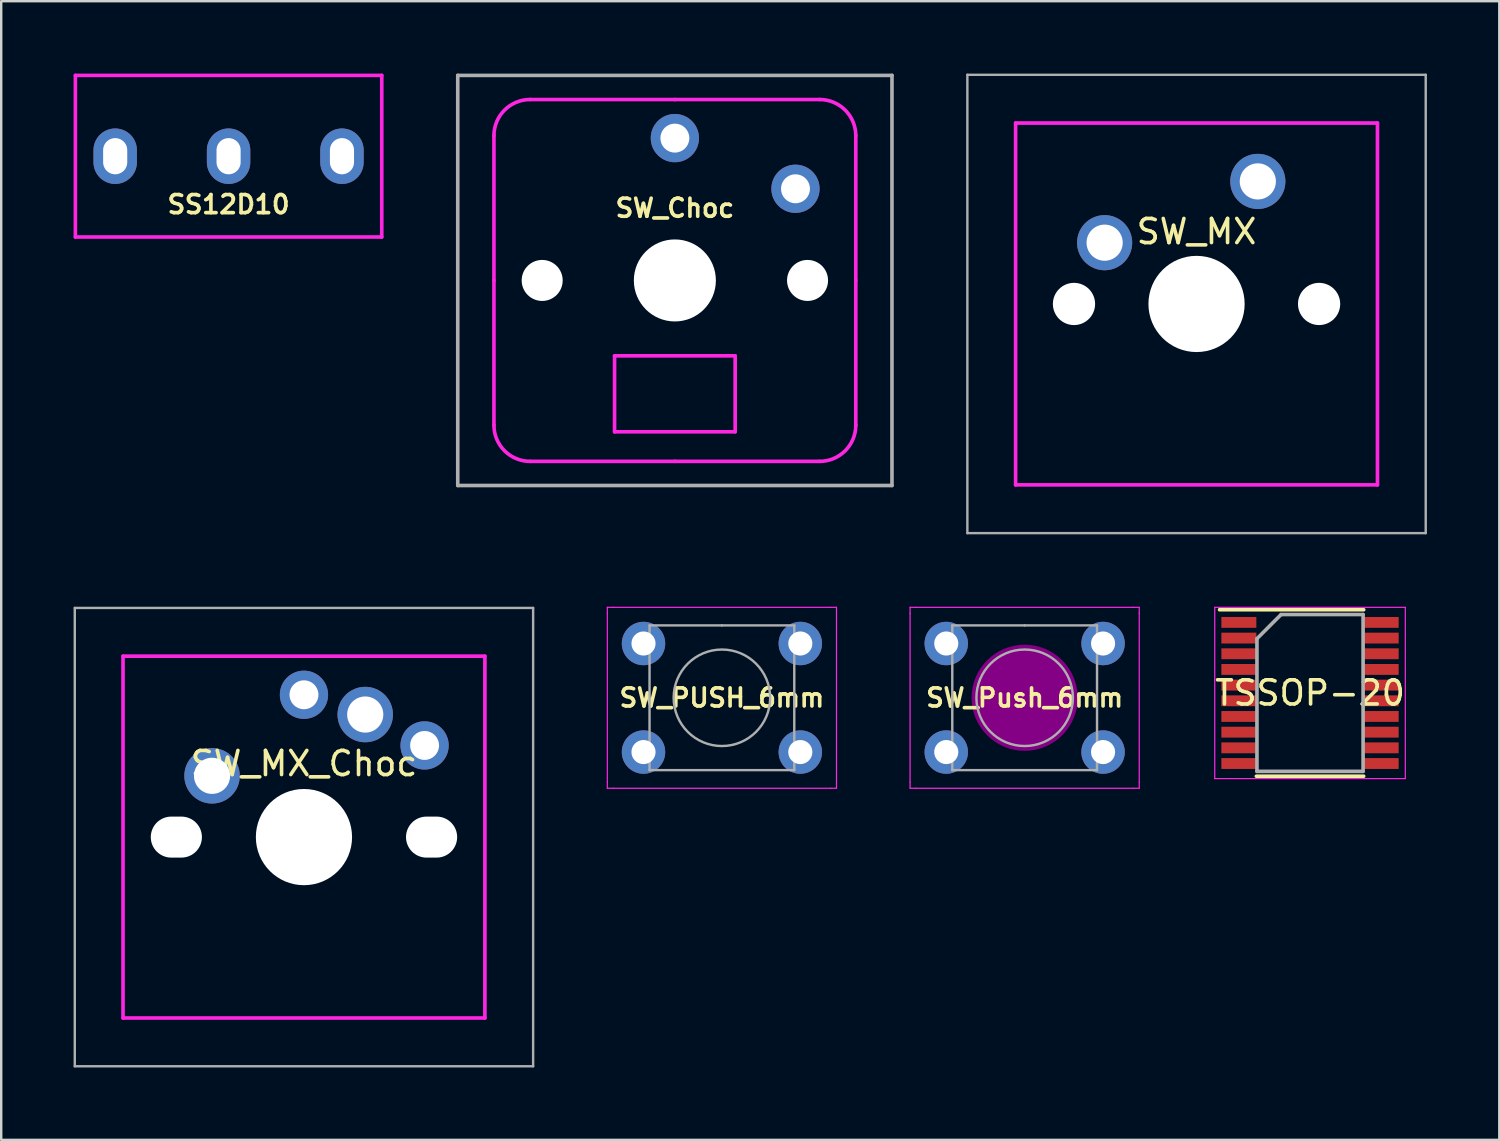
<source format=kicad_pcb>
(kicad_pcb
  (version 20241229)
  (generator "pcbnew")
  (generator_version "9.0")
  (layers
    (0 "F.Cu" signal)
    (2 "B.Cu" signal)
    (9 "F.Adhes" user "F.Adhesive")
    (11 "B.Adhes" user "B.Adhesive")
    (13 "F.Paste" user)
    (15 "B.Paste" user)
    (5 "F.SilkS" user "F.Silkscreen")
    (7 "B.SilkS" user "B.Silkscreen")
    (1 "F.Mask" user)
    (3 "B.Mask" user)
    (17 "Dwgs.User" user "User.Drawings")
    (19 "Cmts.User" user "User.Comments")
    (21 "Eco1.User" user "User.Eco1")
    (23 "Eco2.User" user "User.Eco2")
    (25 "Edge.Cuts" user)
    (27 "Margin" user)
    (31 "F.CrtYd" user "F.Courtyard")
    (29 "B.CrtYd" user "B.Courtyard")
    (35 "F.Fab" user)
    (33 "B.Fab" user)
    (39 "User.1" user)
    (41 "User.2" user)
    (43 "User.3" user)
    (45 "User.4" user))
  (footprint "SW_PUSH_6mm"
    (layer "F.Cu")
    (at 26.875 25.875)
    (property "Reference" "SW_PUSH_6mm" (at 0 0 0) (layer "F.SilkS") (effects (font (size 0.75 0.75) (thickness 0.15))))
    (attr through_hole)
    (fp_line (start -4.75 -3.75) (end -4.5 -3.75) (stroke (width 0.05) (type solid)) (layer "F.CrtYd"))
    (fp_line (start -4.75 -3.5) (end -4.75 -3.75) (stroke (width 0.05) (type solid)) (layer "F.CrtYd"))
    (fp_line (start -4.75 3.5) (end -4.75 -3.5) (stroke (width 0.05) (type solid)) (layer "F.CrtYd"))
    (fp_line (start -4.75 3.5) (end -4.75 3.75) (stroke (width 0.05) (type solid)) (layer "F.CrtYd"))
    (fp_line (start -4.75 3.75) (end -4.5 3.75) (stroke (width 0.05) (type solid)) (layer "F.CrtYd"))
    (fp_line (start -4.5 -3.75) (end 4.5 -3.75) (stroke (width 0.05) (type solid)) (layer "F.CrtYd"))
    (fp_line (start 4.5 -3.75) (end 4.75 -3.75) (stroke (width 0.05) (type solid)) (layer "F.CrtYd"))
    (fp_line (start 4.5 3.75) (end -4.5 3.75) (stroke (width 0.05) (type solid)) (layer "F.CrtYd"))
    (fp_line (start 4.5 3.75) (end 4.75 3.75) (stroke (width 0.05) (type solid)) (layer "F.CrtYd"))
    (fp_line (start 4.75 -3.75) (end 4.75 -3.5) (stroke (width 0.05) (type solid)) (layer "F.CrtYd"))
    (fp_line (start 4.75 -3.5) (end 4.75 3.5) (stroke (width 0.05) (type solid)) (layer "F.CrtYd"))
    (fp_line (start 4.75 3.75) (end 4.75 3.5) (stroke (width 0.05) (type solid)) (layer "F.CrtYd"))
    (fp_line (start -3 -3) (end 0 -3) (stroke (width 0.1) (type solid)) (layer "F.Fab"))
    (fp_line (start -3 3) (end -3 -3) (stroke (width 0.1) (type solid)) (layer "F.Fab"))
    (fp_line (start 0 -3) (end 3 -3) (stroke (width 0.1) (type solid)) (layer "F.Fab"))
    (fp_line (start 3 -3) (end 3 3) (stroke (width 0.1) (type solid)) (layer "F.Fab"))
    (fp_line (start 3 3) (end -3 3) (stroke (width 0.1) (type solid)) (layer "F.Fab"))
    (fp_circle (center 0 0) (end 2 0) (stroke (width 0.1) (type solid)) (fill no) (layer "F.Fab"))
    (pad "1" thru_hole circle (at -3.25 -2.25) (size 1.8 1.8) (drill 1) (layers "*.Cu" "*.Mask"))
    (pad "1" thru_hole circle (at 3.25 -2.25) (size 1.8 1.8) (drill 1) (layers "*.Cu" "*.Mask"))
    (pad "2" thru_hole circle (at -3.25 2.25) (size 1.8 1.8) (drill 1) (layers "*.Cu" "*.Mask"))
    (pad "2" thru_hole circle (at 3.25 2.25) (size 1.8 1.8) (drill 1) (layers "*.Cu" "*.Mask")))
  (footprint "SW_MX"
    (layer "F.Cu")
    (at 46.55 9.55)
    (property "Reference" "SW_MX" (at 0 -3 0) (layer "F.SilkS") (effects (font (size 1 1) (thickness 0.15))))
    (attr through_hole)
    (fp_line (start -7.5 -7.5) (end 7.5 -7.5) (stroke (width 0.15) (type solid)) (layer "F.CrtYd"))
    (fp_line (start -7.5 7.5) (end -7.5 -7.5) (stroke (width 0.15) (type solid)) (layer "F.CrtYd"))
    (fp_line (start 7.5 -7.5) (end 7.5 7.5) (stroke (width 0.15) (type solid)) (layer "F.CrtYd"))
    (fp_line (start 7.5 7.5) (end -7.5 7.5) (stroke (width 0.15) (type solid)) (layer "F.CrtYd"))
    (fp_line (start -9.5 -9.5) (end 9.5 -9.5) (stroke (width 0.1) (type solid)) (layer "F.Fab"))
    (fp_line (start -9.5 9.5) (end -9.5 -9.5) (stroke (width 0.1) (type solid)) (layer "F.Fab"))
    (fp_line (start -9.5 9.5) (end 9.5 9.5) (stroke (width 0.1) (type solid)) (layer "F.Fab"))
    (fp_line (start 9.5 9.5) (end 9.5 -9.5) (stroke (width 0.1) (type solid)) (layer "F.Fab"))
    (pad "" np_thru_hole circle (at -5.08 0) (size 1.75 1.75) (drill 1.75) (layers "*.Cu" "*.Mask"))
    (pad "" np_thru_hole circle (at 0 0) (size 3.988 3.988) (drill 3.988) (layers "*.Cu" "*.Mask"))
    (pad "" np_thru_hole circle (at 5.08 0) (size 1.75 1.75) (drill 1.75) (layers "*.Cu" "*.Mask"))
    (pad "1" thru_hole circle (at -3.81 -2.54) (size 2.286 2.286) (drill 1.499) (layers "*.Cu" "*.Mask"))
    (pad "2" thru_hole circle (at 2.54 -5.08) (size 2.286 2.286) (drill 1.499) (layers "*.Cu" "*.Mask")))
  (footprint "TSSOP-20"
    (layer "F.Cu")
    (at 51.254 25.675)
    (property "Reference" "TSSOP-20" (at 0 0 0) (layer "F.SilkS") (effects (font (size 1 1) (thickness 0.15))))
    (attr smd)
    (fp_line (start -3.75 -3.45) (end 2.225 -3.45) (stroke (width 0.15) (type solid)) (layer "F.SilkS"))
    (fp_line (start -2.225 3.45) (end 2.225 3.45) (stroke (width 0.15) (type solid)) (layer "F.SilkS"))
    (fp_line (start -3.95 -3.55) (end -3.95 3.55) (stroke (width 0.05) (type solid)) (layer "F.CrtYd"))
    (fp_line (start -3.95 -3.55) (end 3.95 -3.55) (stroke (width 0.05) (type solid)) (layer "F.CrtYd"))
    (fp_line (start -3.95 3.55) (end 3.95 3.55) (stroke (width 0.05) (type solid)) (layer "F.CrtYd"))
    (fp_line (start 3.95 -3.55) (end 3.95 3.55) (stroke (width 0.05) (type solid)) (layer "F.CrtYd"))
    (fp_line (start -2.2 -2.25) (end -1.2 -3.25) (stroke (width 0.15) (type solid)) (layer "F.Fab"))
    (fp_line (start -2.2 3.25) (end -2.2 -2.25) (stroke (width 0.15) (type solid)) (layer "F.Fab"))
    (fp_line (start -1.2 -3.25) (end 2.2 -3.25) (stroke (width 0.15) (type solid)) (layer "F.Fab"))
    (fp_line (start 2.2 -3.25) (end 2.2 3.25) (stroke (width 0.15) (type solid)) (layer "F.Fab"))
    (fp_line (start 2.2 3.25) (end -2.2 3.25) (stroke (width 0.15) (type solid)) (layer "F.Fab"))
    (pad "1" smd rect (at -2.95 -2.925) (size 1.45 0.45) (layers "F.Cu" "F.Mask" "F.Paste"))
    (pad "2" smd rect (at -2.95 -2.275) (size 1.45 0.45) (layers "F.Cu" "F.Mask" "F.Paste"))
    (pad "3" smd rect (at -2.95 -1.625) (size 1.45 0.45) (layers "F.Cu" "F.Mask" "F.Paste"))
    (pad "4" smd rect (at -2.95 -0.975) (size 1.45 0.45) (layers "F.Cu" "F.Mask" "F.Paste"))
    (pad "5" smd rect (at -2.95 -0.325) (size 1.45 0.45) (layers "F.Cu" "F.Mask" "F.Paste"))
    (pad "6" smd rect (at -2.95 0.325) (size 1.45 0.45) (layers "F.Cu" "F.Mask" "F.Paste"))
    (pad "7" smd rect (at -2.95 0.975) (size 1.45 0.45) (layers "F.Cu" "F.Mask" "F.Paste"))
    (pad "8" smd rect (at -2.95 1.625) (size 1.45 0.45) (layers "F.Cu" "F.Mask" "F.Paste"))
    (pad "9" smd rect (at -2.95 2.275) (size 1.45 0.45) (layers "F.Cu" "F.Mask" "F.Paste"))
    (pad "10" smd rect (at -2.95 2.925) (size 1.45 0.45) (layers "F.Cu" "F.Mask" "F.Paste"))
    (pad "11" smd rect (at 2.95 2.925) (size 1.45 0.45) (layers "F.Cu" "F.Mask" "F.Paste"))
    (pad "12" smd rect (at 2.95 2.275) (size 1.45 0.45) (layers "F.Cu" "F.Mask" "F.Paste"))
    (pad "13" smd rect (at 2.95 1.625) (size 1.45 0.45) (layers "F.Cu" "F.Mask" "F.Paste"))
    (pad "14" smd rect (at 2.95 0.975) (size 1.45 0.45) (layers "F.Cu" "F.Mask" "F.Paste"))
    (pad "15" smd rect (at 2.95 0.325) (size 1.45 0.45) (layers "F.Cu" "F.Mask" "F.Paste"))
    (pad "16" smd rect (at 2.95 -0.325) (size 1.45 0.45) (layers "F.Cu" "F.Mask" "F.Paste"))
    (pad "17" smd rect (at 2.95 -0.975) (size 1.45 0.45) (layers "F.Cu" "F.Mask" "F.Paste"))
    (pad "18" smd rect (at 2.95 -1.625) (size 1.45 0.45) (layers "F.Cu" "F.Mask" "F.Paste"))
    (pad "19" smd rect (at 2.95 -2.275) (size 1.45 0.45) (layers "F.Cu" "F.Mask" "F.Paste"))
    (pad "20" smd rect (at 2.95 -2.925) (size 1.45 0.45) (layers "F.Cu" "F.Mask" "F.Paste")))
  (footprint "SW_Choc"
    (layer "F.Cu")
    (at 24.925 8.575)
    (property "Reference" "SW_Choc" (at 0 -3 0) (layer "F.SilkS") (effects (font (size 0.75 0.75) (thickness 0.15))))
    (attr through_hole)
    (fp_line (start -0.5 4.7) (end 0 4.7) (stroke (width 0.15) (type solid)) (layer "Eco2.User"))
    (fp_line (start 0 4.2) (end 0 4.7) (stroke (width 0.15) (type solid)) (layer "Eco2.User"))
    (fp_line (start 0 4.7) (end 0 5.2) (stroke (width 0.15) (type solid)) (layer "Eco2.User"))
    (fp_line (start 0 4.7) (end 0.5 4.7) (stroke (width 0.15) (type solid)) (layer "Eco2.User"))
    (fp_line (start -7.5 0) (end -7.5 -6) (stroke (width 0.15) (type solid)) (layer "F.CrtYd"))
    (fp_line (start -7.5 0) (end -7.5 6) (stroke (width 0.15) (type solid)) (layer "F.CrtYd"))
    (fp_line (start -2.5 3.125) (end -2.5 6.275) (stroke (width 0.15) (type solid)) (layer "F.CrtYd"))
    (fp_line (start -2.5 3.125) (end 2.5 3.125) (stroke (width 0.15) (type solid)) (layer "F.CrtYd"))
    (fp_line (start 0 -7.5) (end -6 -7.5) (stroke (width 0.15) (type solid)) (layer "F.CrtYd"))
    (fp_line (start 0 -7.5) (end 6 -7.5) (stroke (width 0.15) (type solid)) (layer "F.CrtYd"))
    (fp_line (start 0 7.5) (end -6 7.5) (stroke (width 0.15) (type solid)) (layer "F.CrtYd"))
    (fp_line (start 0 7.5) (end 6 7.5) (stroke (width 0.15) (type solid)) (layer "F.CrtYd"))
    (fp_line (start 2.5 3.125) (end 2.5 6.275) (stroke (width 0.15) (type solid)) (layer "F.CrtYd"))
    (fp_line (start 2.5 6.275) (end -2.5 6.275) (stroke (width 0.15) (type solid)) (layer "F.CrtYd"))
    (fp_line (start 7.5 0) (end 7.5 -6) (stroke (width 0.15) (type solid)) (layer "F.CrtYd"))
    (fp_line (start 7.5 0) (end 7.5 6) (stroke (width 0.15) (type solid)) (layer "F.CrtYd"))
    (fp_arc (start -7.5 -6) (mid -7.06066 -7.06066) (end -6 -7.5) (stroke (width 0.15) (type solid)) (layer "F.CrtYd"))
    (fp_arc (start -6 7.5) (mid -7.06066 7.06066) (end -7.5 6) (stroke (width 0.15) (type solid)) (layer "F.CrtYd"))
    (fp_arc (start 6 -7.5) (mid 7.06066 -7.06066) (end 7.5 -6) (stroke (width 0.15) (type solid)) (layer "F.CrtYd"))
    (fp_arc (start 7.5 6) (mid 7.06066 7.06066) (end 6 7.5) (stroke (width 0.15) (type solid)) (layer "F.CrtYd"))
    (fp_line (start -9 -8.5) (end 9 -8.5) (stroke (width 0.15) (type solid)) (layer "F.Fab"))
    (fp_line (start -9 8.5) (end -9 -8.5) (stroke (width 0.15) (type solid)) (layer "F.Fab"))
    (fp_line (start 9 -8.5) (end 9 8.5) (stroke (width 0.15) (type solid)) (layer "F.Fab"))
    (fp_line (start 9 8.5) (end -9 8.5) (stroke (width 0.15) (type solid)) (layer "F.Fab"))
    (pad "" np_thru_hole circle (at -5.5 0) (size 1.7 1.7) (drill 1.7) (layers "*.Cu" "*.Mask"))
    (pad "" smd circle (at -5.5 0) (size 1.7 1.7) (layers "B.Adhes"))
    (pad "" smd circle (at 0 -5.9) (size 2.4 2.4) (layers "B.Adhes"))
    (pad "" np_thru_hole circle (at 0 0) (size 3.4 3.4) (drill 3.4) (layers "*.Cu" "*.Mask"))
    (pad "" smd circle (at 0 0) (size 3.4 3.4) (layers "B.Adhes"))
    (pad "" smd circle (at 5 -3.8) (size 2.4 2.4) (layers "B.Adhes"))
    (pad "" np_thru_hole circle (at 5.5 0) (size 1.7 1.7) (drill 1.7) (layers "*.Cu" "*.Mask"))
    (pad "" smd circle (at 5.5 0) (size 1.7 1.7) (layers "B.Adhes"))
    (pad "1" thru_hole circle (at 0 -5.9) (size 2 2) (drill 1.2) (layers "*.Cu" "*.Mask"))
    (pad "2" thru_hole circle (at 5 -3.8) (size 2 2) (drill 1.2) (layers "*.Cu" "*.Mask")))
  (footprint "SS12D10"
    (layer "F.Cu")
    (at 6.425 3.425)
    (property "Reference" "SS12D10" (at 0 2 0) (layer "F.SilkS") (effects (font (size 0.75 0.75) (thickness 0.15))))
    (attr through_hole)
    (fp_line (start -6.35 -3.35) (end -6.35 3.35) (stroke (width 0.15) (type solid)) (layer "F.CrtYd"))
    (fp_line (start -6.35 -3.35) (end 6.35 -3.35) (stroke (width 0.15) (type solid)) (layer "F.CrtYd"))
    (fp_line (start -6.35 3.35) (end 6.35 3.35) (stroke (width 0.15) (type solid)) (layer "F.CrtYd"))
    (fp_line (start 6.35 -3.35) (end 6.35 3.35) (stroke (width 0.15) (type solid)) (layer "F.CrtYd"))
    (pad "1" thru_hole oval (at -4.7 0) (size 1.8 2.3) (drill oval 1 1.5) (layers "*.Cu" "*.Mask"))
    (pad "2" thru_hole oval (at 0 0) (size 1.8 2.3) (drill oval 1 1.5) (layers "*.Cu" "*.Mask"))
    (pad "3" thru_hole oval (at 4.7 0) (size 1.8 2.3) (drill oval 1 1.5) (layers "*.Cu" "*.Mask")))
  (footprint "SW_MX_Choc"
    (layer "F.Cu")
    (at 9.55 31.65)
    (property "Reference" "SW_MX_Choc" (at 0 -3.048 0) (layer "F.SilkS") (effects (font (size 1 1) (thickness 0.15))))
    (attr through_hole)
    (fp_line (start -7.5 -7.5) (end 7.5 -7.5) (stroke (width 0.15) (type solid)) (layer "F.CrtYd"))
    (fp_line (start -7.5 7.5) (end -7.5 -7.5) (stroke (width 0.15) (type solid)) (layer "F.CrtYd"))
    (fp_line (start 7.5 -7.5) (end 7.5 7.5) (stroke (width 0.15) (type solid)) (layer "F.CrtYd"))
    (fp_line (start 7.5 7.5) (end -7.5 7.5) (stroke (width 0.15) (type solid)) (layer "F.CrtYd"))
    (fp_line (start -9.5 -9.5) (end 9.5 -9.5) (stroke (width 0.1) (type solid)) (layer "F.Fab"))
    (fp_line (start -9.5 9.5) (end -9.5 -9.5) (stroke (width 0.1) (type solid)) (layer "F.Fab"))
    (fp_line (start -9.5 9.5) (end 9.5 9.5) (stroke (width 0.1) (type solid)) (layer "F.Fab"))
    (fp_line (start 9.5 9.5) (end 9.5 -9.5) (stroke (width 0.1) (type solid)) (layer "F.Fab"))
    (pad "" np_thru_hole oval (at -5.29 0) (size 2.12 1.7) (drill oval 2.12 1.7) (layers "*.Cu" "*.Mask"))
    (pad "" np_thru_hole circle (at 0 0) (size 3.988 3.988) (drill 3.988) (layers "*.Cu" "*.Mask"))
    (pad "" np_thru_hole oval (at 5.29 0) (size 2.12 1.7) (drill oval 2.12 1.7) (layers "*.Cu" "*.Mask"))
    (pad "1" thru_hole circle (at -3.81 -2.54) (size 2.299 2.299) (drill 1.499) (layers "*.Cu" "*.Mask"))
    (pad "1" thru_hole circle (at 0 -5.9) (size 2 2) (drill 1.2) (layers "*.Cu" "*.Mask"))
    (pad "2" thru_hole circle (at 2.54 -5.08) (size 2.299 2.299) (drill 1.499) (layers "*.Cu" "*.Mask"))
    (pad "2" thru_hole circle (at 5 -3.8) (size 2 2) (drill 1.2) (layers "*.Cu" "*.Mask")))
  (footprint "SW_Push_6mm"
    (layer "F.Cu")
    (at 39.425 25.875)
    (property "Reference" "SW_Push_6mm" (at 0 0 0) (layer "F.SilkS") (effects (font (size 0.75 0.75) (thickness 0.15))))
    (attr through_hole)
    (fp_line (start -4.75 -3.75) (end -4.5 -3.75) (stroke (width 0.05) (type solid)) (layer "F.CrtYd"))
    (fp_line (start -4.75 -3.5) (end -4.75 -3.75) (stroke (width 0.05) (type solid)) (layer "F.CrtYd"))
    (fp_line (start -4.75 3.5) (end -4.75 -3.5) (stroke (width 0.05) (type solid)) (layer "F.CrtYd"))
    (fp_line (start -4.75 3.5) (end -4.75 3.75) (stroke (width 0.05) (type solid)) (layer "F.CrtYd"))
    (fp_line (start -4.75 3.75) (end -4.5 3.75) (stroke (width 0.05) (type solid)) (layer "F.CrtYd"))
    (fp_line (start -4.5 -3.75) (end 4.5 -3.75) (stroke (width 0.05) (type solid)) (layer "F.CrtYd"))
    (fp_line (start 4.5 -3.75) (end 4.75 -3.75) (stroke (width 0.05) (type solid)) (layer "F.CrtYd"))
    (fp_line (start 4.5 3.75) (end -4.5 3.75) (stroke (width 0.05) (type solid)) (layer "F.CrtYd"))
    (fp_line (start 4.5 3.75) (end 4.75 3.75) (stroke (width 0.05) (type solid)) (layer "F.CrtYd"))
    (fp_line (start 4.75 -3.75) (end 4.75 -3.5) (stroke (width 0.05) (type solid)) (layer "F.CrtYd"))
    (fp_line (start 4.75 -3.5) (end 4.75 3.5) (stroke (width 0.05) (type solid)) (layer "F.CrtYd"))
    (fp_line (start 4.75 3.75) (end 4.75 3.5) (stroke (width 0.05) (type solid)) (layer "F.CrtYd"))
    (fp_line (start -3 -3) (end 0 -3) (stroke (width 0.1) (type solid)) (layer "F.Fab"))
    (fp_line (start -3 3) (end -3 -3) (stroke (width 0.1) (type solid)) (layer "F.Fab"))
    (fp_line (start 0 -3) (end 3 -3) (stroke (width 0.1) (type solid)) (layer "F.Fab"))
    (fp_line (start 3 -3) (end 3 3) (stroke (width 0.1) (type solid)) (layer "F.Fab"))
    (fp_line (start 3 3) (end -3 3) (stroke (width 0.1) (type solid)) (layer "F.Fab"))
    (fp_circle (center 0 0) (end 2 0) (stroke (width 0.1) (type solid)) (fill no) (layer "F.Fab"))
    (pad "" smd circle (at -3.25 -2.25) (size 2.2 2.2) (layers "B.Adhes"))
    (pad "" smd circle (at -3.25 2.25) (size 2.2 2.2) (layers "B.Adhes"))
    (pad "" smd circle (at 0 0) (size 4.4 4.4) (layers "F.Adhes"))
    (pad "" smd circle (at 3.25 -2.25) (size 2.2 2.2) (layers "B.Adhes"))
    (pad "" smd circle (at 3.25 2.25) (size 2.2 2.2) (layers "B.Adhes"))
    (pad "1" thru_hole circle (at -3.25 -2.25) (size 1.8 1.8) (drill 1) (layers "*.Cu" "*.Mask"))
    (pad "1" thru_hole circle (at 3.25 -2.25) (size 1.8 1.8) (drill 1) (layers "*.Cu" "*.Mask"))
    (pad "2" thru_hole circle (at -3.25 2.25) (size 1.8 1.8) (drill 1) (layers "*.Cu" "*.Mask"))
    (pad "2" thru_hole circle (at 3.25 2.25) (size 1.8 1.8) (drill 1) (layers "*.Cu" "*.Mask")))
  (gr_rect
    (start -3 -3)
    (end 59.1 44.2)
    (stroke (width 0.1) (type default))
    (fill no)
    (layer "Edge.Cuts")))
</source>
